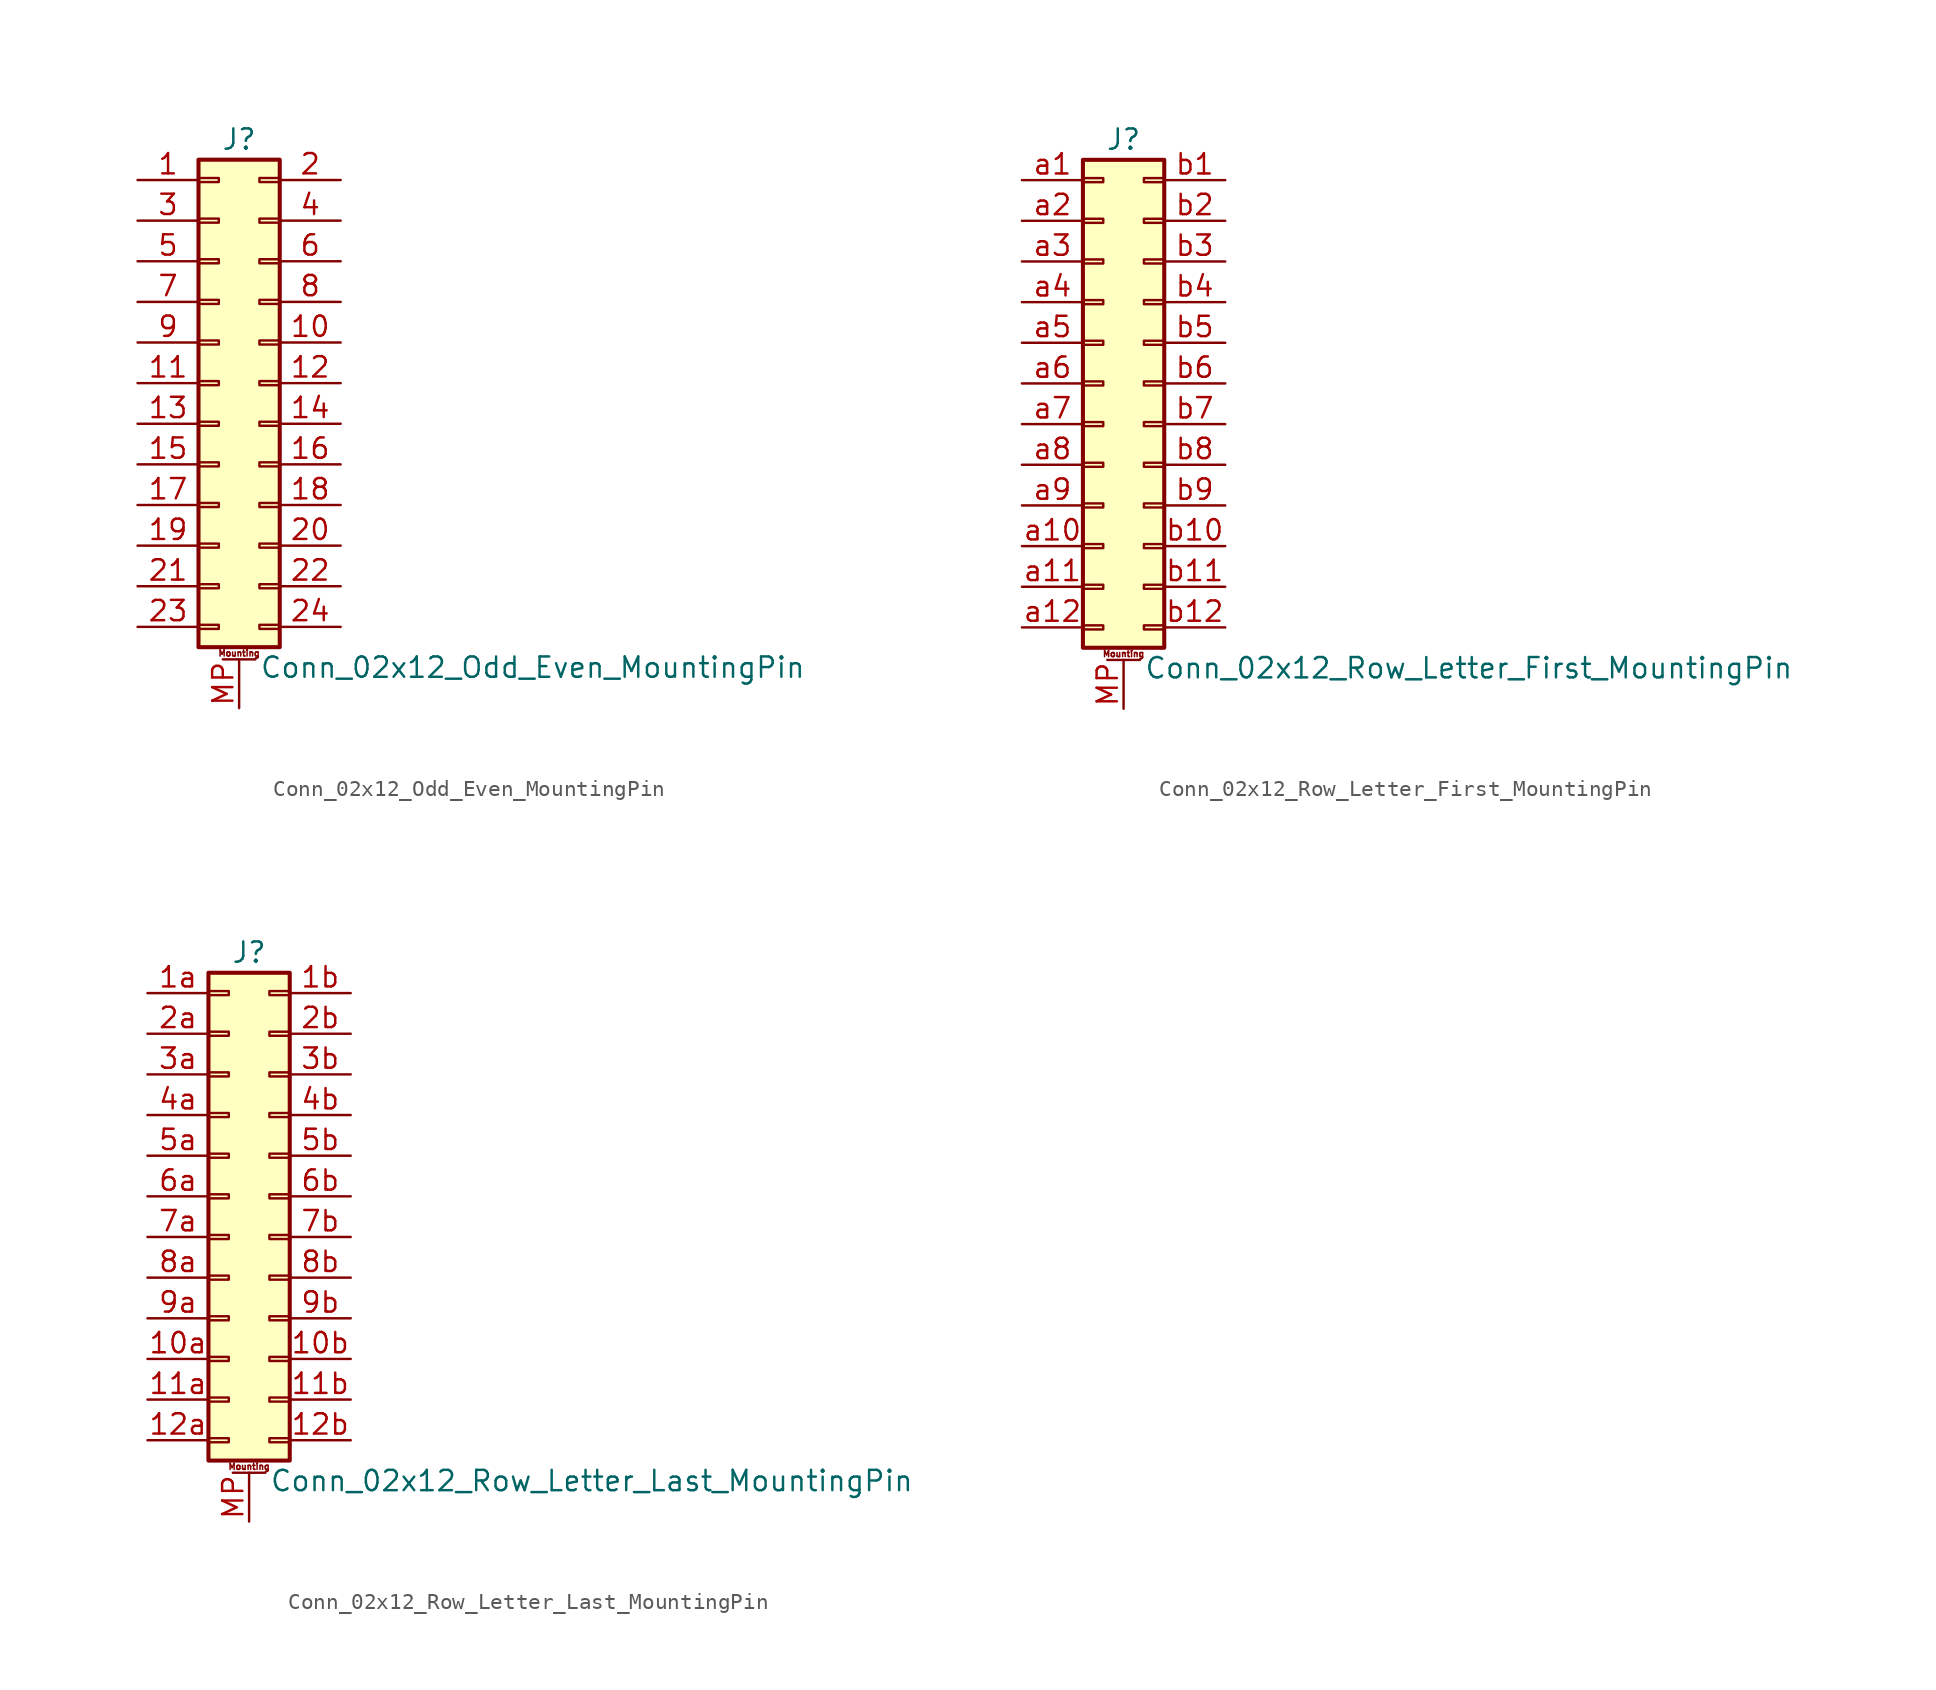
<source format=kicad_sym>
(kicad_symbol_lib
  (version 20201005)
  (generator kicad_symbol_editor)
  (symbol "Connector_Generic_MountingPin:Conn_02x12_Odd_Even_MountingPin"
    (pin_names
      (offset 1.016) hide)
    (property "Reference" "J"
      (at 1.27 15.24 0)
      (effects (font (size 1.27 1.27))))
    (property "Value" "Conn_02x12_Odd_Even_MountingPin"
      (at 2.54 -17.78 0)
      (effects (font (size 1.27 1.27)) (justify left)))
    (symbol "Conn_02x12_Odd_Even_MountingPin_1_1"
      (text "Mounting" (at 1.27 -16.891 0) (effects (font (size 0.381 0.381))))
      (rectangle (start -1.27 -4.953) (end 0 -5.207) (stroke (width 0.152)) (fill (type none)))
      (rectangle (start -1.27 -7.493) (end 0 -7.747) (stroke (width 0.152)) (fill (type none)))
      (rectangle (start -1.27 -10.033) (end 0 -10.287) (stroke (width 0.152)) (fill (type none)))
      (rectangle (start -1.27 -12.573) (end 0 -12.827) (stroke (width 0.152)) (fill (type none)))
      (rectangle (start -1.27 -15.113) (end 0 -15.367) (stroke (width 0.152)) (fill (type none)))
      (rectangle (start -1.27 -2.413) (end 0 -2.667) (stroke (width 0.152)) (fill (type none)))
      (rectangle (start -1.27 2.667) (end 0 2.413) (stroke (width 0.152)) (fill (type none)))
      (rectangle (start -1.27 5.207) (end 0 4.953) (stroke (width 0.152)) (fill (type none)))
      (rectangle (start -1.27 7.747) (end 0 7.493) (stroke (width 0.152)) (fill (type none)))
      (rectangle (start -1.27 10.287) (end 0 10.033) (stroke (width 0.152)) (fill (type none)))
      (rectangle (start -1.27 0.127) (end 0 -0.127) (stroke (width 0.152)) (fill (type none)))
      (rectangle (start -1.27 12.827) (end 0 12.573) (stroke (width 0.152)) (fill (type none)))
      (rectangle (start -1.27 13.97) (end 3.81 -16.51) (stroke (width 0.254)) (fill (type background)))
      (rectangle (start 3.81 -4.953) (end 2.54 -5.207) (stroke (width 0.152)) (fill (type none)))
      (rectangle (start 3.81 -7.493) (end 2.54 -7.747) (stroke (width 0.152)) (fill (type none)))
      (rectangle (start 3.81 -10.033) (end 2.54 -10.287) (stroke (width 0.152)) (fill (type none)))
      (rectangle (start 3.81 -12.573) (end 2.54 -12.827) (stroke (width 0.152)) (fill (type none)))
      (rectangle (start 3.81 -15.113) (end 2.54 -15.367) (stroke (width 0.152)) (fill (type none)))
      (rectangle (start 3.81 -2.413) (end 2.54 -2.667) (stroke (width 0.152)) (fill (type none)))
      (rectangle (start 3.81 2.667) (end 2.54 2.413) (stroke (width 0.152)) (fill (type none)))
      (rectangle (start 3.81 5.207) (end 2.54 4.953) (stroke (width 0.152)) (fill (type none)))
      (rectangle (start 3.81 7.747) (end 2.54 7.493) (stroke (width 0.152)) (fill (type none)))
      (rectangle (start 3.81 10.287) (end 2.54 10.033) (stroke (width 0.152)) (fill (type none)))
      (rectangle (start 3.81 0.127) (end 2.54 -0.127) (stroke (width 0.152)) (fill (type none)))
      (rectangle (start 3.81 12.827) (end 2.54 12.573) (stroke (width 0.152)) (fill (type none)))
      (polyline (pts (xy 0.254 -17.272) (xy 2.286 -17.272)) (stroke (width 0.152)) (fill (type none)))
      (pin passive line (at 1.27 -20.32 90) (length 3.048) (name "MountPin" (effects (font (size 1.27 1.27)))) (number "MP" (effects (font (size 1.27 1.27)))))
      (pin passive line (at -5.08 12.7 0) (length 3.81) (name "Pin_1" (effects (font (size 1.27 1.27)))) (number "1" (effects (font (size 1.27 1.27)))))
      (pin passive line (at 7.62 2.54 180) (length 3.81) (name "Pin_10" (effects (font (size 1.27 1.27)))) (number "10" (effects (font (size 1.27 1.27)))))
      (pin passive line (at -5.08 0 0) (length 3.81) (name "Pin_11" (effects (font (size 1.27 1.27)))) (number "11" (effects (font (size 1.27 1.27)))))
      (pin passive line (at 7.62 0 180) (length 3.81) (name "Pin_12" (effects (font (size 1.27 1.27)))) (number "12" (effects (font (size 1.27 1.27)))))
      (pin passive line (at -5.08 -2.54 0) (length 3.81) (name "Pin_13" (effects (font (size 1.27 1.27)))) (number "13" (effects (font (size 1.27 1.27)))))
      (pin passive line (at 7.62 -2.54 180) (length 3.81) (name "Pin_14" (effects (font (size 1.27 1.27)))) (number "14" (effects (font (size 1.27 1.27)))))
      (pin passive line (at -5.08 -5.08 0) (length 3.81) (name "Pin_15" (effects (font (size 1.27 1.27)))) (number "15" (effects (font (size 1.27 1.27)))))
      (pin passive line (at 7.62 -5.08 180) (length 3.81) (name "Pin_16" (effects (font (size 1.27 1.27)))) (number "16" (effects (font (size 1.27 1.27)))))
      (pin passive line (at -5.08 -7.62 0) (length 3.81) (name "Pin_17" (effects (font (size 1.27 1.27)))) (number "17" (effects (font (size 1.27 1.27)))))
      (pin passive line (at 7.62 -7.62 180) (length 3.81) (name "Pin_18" (effects (font (size 1.27 1.27)))) (number "18" (effects (font (size 1.27 1.27)))))
      (pin passive line (at -5.08 -10.16 0) (length 3.81) (name "Pin_19" (effects (font (size 1.27 1.27)))) (number "19" (effects (font (size 1.27 1.27)))))
      (pin passive line (at 7.62 12.7 180) (length 3.81) (name "Pin_2" (effects (font (size 1.27 1.27)))) (number "2" (effects (font (size 1.27 1.27)))))
      (pin passive line (at 7.62 -10.16 180) (length 3.81) (name "Pin_20" (effects (font (size 1.27 1.27)))) (number "20" (effects (font (size 1.27 1.27)))))
      (pin passive line (at -5.08 -12.7 0) (length 3.81) (name "Pin_21" (effects (font (size 1.27 1.27)))) (number "21" (effects (font (size 1.27 1.27)))))
      (pin passive line (at 7.62 -12.7 180) (length 3.81) (name "Pin_22" (effects (font (size 1.27 1.27)))) (number "22" (effects (font (size 1.27 1.27)))))
      (pin passive line (at -5.08 -15.24 0) (length 3.81) (name "Pin_23" (effects (font (size 1.27 1.27)))) (number "23" (effects (font (size 1.27 1.27)))))
      (pin passive line (at 7.62 -15.24 180) (length 3.81) (name "Pin_24" (effects (font (size 1.27 1.27)))) (number "24" (effects (font (size 1.27 1.27)))))
      (pin passive line (at -5.08 10.16 0) (length 3.81) (name "Pin_3" (effects (font (size 1.27 1.27)))) (number "3" (effects (font (size 1.27 1.27)))))
      (pin passive line (at 7.62 10.16 180) (length 3.81) (name "Pin_4" (effects (font (size 1.27 1.27)))) (number "4" (effects (font (size 1.27 1.27)))))
      (pin passive line (at -5.08 7.62 0) (length 3.81) (name "Pin_5" (effects (font (size 1.27 1.27)))) (number "5" (effects (font (size 1.27 1.27)))))
      (pin passive line (at 7.62 7.62 180) (length 3.81) (name "Pin_6" (effects (font (size 1.27 1.27)))) (number "6" (effects (font (size 1.27 1.27)))))
      (pin passive line (at -5.08 5.08 0) (length 3.81) (name "Pin_7" (effects (font (size 1.27 1.27)))) (number "7" (effects (font (size 1.27 1.27)))))
      (pin passive line (at 7.62 5.08 180) (length 3.81) (name "Pin_8" (effects (font (size 1.27 1.27)))) (number "8" (effects (font (size 1.27 1.27)))))
      (pin passive line (at -5.08 2.54 0) (length 3.81) (name "Pin_9" (effects (font (size 1.27 1.27)))) (number "9" (effects (font (size 1.27 1.27)))))))
  (symbol "Connector_Generic_MountingPin:Conn_02x12_Row_Letter_First_MountingPin"
    (pin_names
      (offset 1.016) hide)
    (property "Reference" "J"
      (at 1.27 15.24 0)
      (effects (font (size 1.27 1.27))))
    (property "Value" "Conn_02x12_Row_Letter_First_MountingPin"
      (at 2.54 -17.78 0)
      (effects (font (size 1.27 1.27)) (justify left)))
    (symbol "Conn_02x12_Row_Letter_First_MountingPin_1_1"
      (text "Mounting" (at 1.27 -16.891 0) (effects (font (size 0.381 0.381))))
      (rectangle (start -1.27 -4.953) (end 0 -5.207) (stroke (width 0.152)) (fill (type none)))
      (rectangle (start -1.27 -7.493) (end 0 -7.747) (stroke (width 0.152)) (fill (type none)))
      (rectangle (start -1.27 -10.033) (end 0 -10.287) (stroke (width 0.152)) (fill (type none)))
      (rectangle (start -1.27 -12.573) (end 0 -12.827) (stroke (width 0.152)) (fill (type none)))
      (rectangle (start -1.27 -15.113) (end 0 -15.367) (stroke (width 0.152)) (fill (type none)))
      (rectangle (start -1.27 -2.413) (end 0 -2.667) (stroke (width 0.152)) (fill (type none)))
      (rectangle (start -1.27 2.667) (end 0 2.413) (stroke (width 0.152)) (fill (type none)))
      (rectangle (start -1.27 5.207) (end 0 4.953) (stroke (width 0.152)) (fill (type none)))
      (rectangle (start -1.27 7.747) (end 0 7.493) (stroke (width 0.152)) (fill (type none)))
      (rectangle (start -1.27 10.287) (end 0 10.033) (stroke (width 0.152)) (fill (type none)))
      (rectangle (start -1.27 0.127) (end 0 -0.127) (stroke (width 0.152)) (fill (type none)))
      (rectangle (start -1.27 12.827) (end 0 12.573) (stroke (width 0.152)) (fill (type none)))
      (rectangle (start -1.27 13.97) (end 3.81 -16.51) (stroke (width 0.254)) (fill (type background)))
      (rectangle (start 3.81 -4.953) (end 2.54 -5.207) (stroke (width 0.152)) (fill (type none)))
      (rectangle (start 3.81 -7.493) (end 2.54 -7.747) (stroke (width 0.152)) (fill (type none)))
      (rectangle (start 3.81 -10.033) (end 2.54 -10.287) (stroke (width 0.152)) (fill (type none)))
      (rectangle (start 3.81 -12.573) (end 2.54 -12.827) (stroke (width 0.152)) (fill (type none)))
      (rectangle (start 3.81 -15.113) (end 2.54 -15.367) (stroke (width 0.152)) (fill (type none)))
      (rectangle (start 3.81 -2.413) (end 2.54 -2.667) (stroke (width 0.152)) (fill (type none)))
      (rectangle (start 3.81 2.667) (end 2.54 2.413) (stroke (width 0.152)) (fill (type none)))
      (rectangle (start 3.81 5.207) (end 2.54 4.953) (stroke (width 0.152)) (fill (type none)))
      (rectangle (start 3.81 7.747) (end 2.54 7.493) (stroke (width 0.152)) (fill (type none)))
      (rectangle (start 3.81 10.287) (end 2.54 10.033) (stroke (width 0.152)) (fill (type none)))
      (rectangle (start 3.81 0.127) (end 2.54 -0.127) (stroke (width 0.152)) (fill (type none)))
      (rectangle (start 3.81 12.827) (end 2.54 12.573) (stroke (width 0.152)) (fill (type none)))
      (polyline (pts (xy 0.254 -17.272) (xy 2.286 -17.272)) (stroke (width 0.152)) (fill (type none)))
      (pin passive line (at 1.27 -20.32 90) (length 3.048) (name "MountPin" (effects (font (size 1.27 1.27)))) (number "MP" (effects (font (size 1.27 1.27)))))
      (pin passive line (at -5.08 12.7 0) (length 3.81) (name "Pin_a1" (effects (font (size 1.27 1.27)))) (number "a1" (effects (font (size 1.27 1.27)))))
      (pin passive line (at -5.08 -10.16 0) (length 3.81) (name "Pin_a10" (effects (font (size 1.27 1.27)))) (number "a10" (effects (font (size 1.27 1.27)))))
      (pin passive line (at -5.08 -12.7 0) (length 3.81) (name "Pin_a11" (effects (font (size 1.27 1.27)))) (number "a11" (effects (font (size 1.27 1.27)))))
      (pin passive line (at -5.08 -15.24 0) (length 3.81) (name "Pin_a12" (effects (font (size 1.27 1.27)))) (number "a12" (effects (font (size 1.27 1.27)))))
      (pin passive line (at -5.08 10.16 0) (length 3.81) (name "Pin_a2" (effects (font (size 1.27 1.27)))) (number "a2" (effects (font (size 1.27 1.27)))))
      (pin passive line (at -5.08 7.62 0) (length 3.81) (name "Pin_a3" (effects (font (size 1.27 1.27)))) (number "a3" (effects (font (size 1.27 1.27)))))
      (pin passive line (at -5.08 5.08 0) (length 3.81) (name "Pin_a4" (effects (font (size 1.27 1.27)))) (number "a4" (effects (font (size 1.27 1.27)))))
      (pin passive line (at -5.08 2.54 0) (length 3.81) (name "Pin_a5" (effects (font (size 1.27 1.27)))) (number "a5" (effects (font (size 1.27 1.27)))))
      (pin passive line (at -5.08 0 0) (length 3.81) (name "Pin_a6" (effects (font (size 1.27 1.27)))) (number "a6" (effects (font (size 1.27 1.27)))))
      (pin passive line (at -5.08 -2.54 0) (length 3.81) (name "Pin_a7" (effects (font (size 1.27 1.27)))) (number "a7" (effects (font (size 1.27 1.27)))))
      (pin passive line (at -5.08 -5.08 0) (length 3.81) (name "Pin_a8" (effects (font (size 1.27 1.27)))) (number "a8" (effects (font (size 1.27 1.27)))))
      (pin passive line (at -5.08 -7.62 0) (length 3.81) (name "Pin_a9" (effects (font (size 1.27 1.27)))) (number "a9" (effects (font (size 1.27 1.27)))))
      (pin passive line (at 7.62 12.7 180) (length 3.81) (name "Pin_b1" (effects (font (size 1.27 1.27)))) (number "b1" (effects (font (size 1.27 1.27)))))
      (pin passive line (at 7.62 -10.16 180) (length 3.81) (name "Pin_b10" (effects (font (size 1.27 1.27)))) (number "b10" (effects (font (size 1.27 1.27)))))
      (pin passive line (at 7.62 -12.7 180) (length 3.81) (name "Pin_b11" (effects (font (size 1.27 1.27)))) (number "b11" (effects (font (size 1.27 1.27)))))
      (pin passive line (at 7.62 -15.24 180) (length 3.81) (name "Pin_b12" (effects (font (size 1.27 1.27)))) (number "b12" (effects (font (size 1.27 1.27)))))
      (pin passive line (at 7.62 10.16 180) (length 3.81) (name "Pin_b2" (effects (font (size 1.27 1.27)))) (number "b2" (effects (font (size 1.27 1.27)))))
      (pin passive line (at 7.62 7.62 180) (length 3.81) (name "Pin_b3" (effects (font (size 1.27 1.27)))) (number "b3" (effects (font (size 1.27 1.27)))))
      (pin passive line (at 7.62 5.08 180) (length 3.81) (name "Pin_b4" (effects (font (size 1.27 1.27)))) (number "b4" (effects (font (size 1.27 1.27)))))
      (pin passive line (at 7.62 2.54 180) (length 3.81) (name "Pin_b5" (effects (font (size 1.27 1.27)))) (number "b5" (effects (font (size 1.27 1.27)))))
      (pin passive line (at 7.62 0 180) (length 3.81) (name "Pin_b6" (effects (font (size 1.27 1.27)))) (number "b6" (effects (font (size 1.27 1.27)))))
      (pin passive line (at 7.62 -2.54 180) (length 3.81) (name "Pin_b7" (effects (font (size 1.27 1.27)))) (number "b7" (effects (font (size 1.27 1.27)))))
      (pin passive line (at 7.62 -5.08 180) (length 3.81) (name "Pin_b8" (effects (font (size 1.27 1.27)))) (number "b8" (effects (font (size 1.27 1.27)))))
      (pin passive line (at 7.62 -7.62 180) (length 3.81) (name "Pin_b9" (effects (font (size 1.27 1.27)))) (number "b9" (effects (font (size 1.27 1.27)))))))
  (symbol "Connector_Generic_MountingPin:Conn_02x12_Row_Letter_Last_MountingPin"
    (pin_names
      (offset 1.016) hide)
    (property "Reference" "J"
      (at 1.27 15.24 0)
      (effects (font (size 1.27 1.27))))
    (property "Value" "Conn_02x12_Row_Letter_Last_MountingPin"
      (at 2.54 -17.78 0)
      (effects (font (size 1.27 1.27)) (justify left)))
    (symbol "Conn_02x12_Row_Letter_Last_MountingPin_1_1"
      (text "Mounting" (at 1.27 -16.891 0) (effects (font (size 0.381 0.381))))
      (rectangle (start -1.27 -4.953) (end 0 -5.207) (stroke (width 0.152)) (fill (type none)))
      (rectangle (start -1.27 -7.493) (end 0 -7.747) (stroke (width 0.152)) (fill (type none)))
      (rectangle (start -1.27 -10.033) (end 0 -10.287) (stroke (width 0.152)) (fill (type none)))
      (rectangle (start -1.27 -12.573) (end 0 -12.827) (stroke (width 0.152)) (fill (type none)))
      (rectangle (start -1.27 -15.113) (end 0 -15.367) (stroke (width 0.152)) (fill (type none)))
      (rectangle (start -1.27 -2.413) (end 0 -2.667) (stroke (width 0.152)) (fill (type none)))
      (rectangle (start -1.27 2.667) (end 0 2.413) (stroke (width 0.152)) (fill (type none)))
      (rectangle (start -1.27 5.207) (end 0 4.953) (stroke (width 0.152)) (fill (type none)))
      (rectangle (start -1.27 7.747) (end 0 7.493) (stroke (width 0.152)) (fill (type none)))
      (rectangle (start -1.27 10.287) (end 0 10.033) (stroke (width 0.152)) (fill (type none)))
      (rectangle (start -1.27 0.127) (end 0 -0.127) (stroke (width 0.152)) (fill (type none)))
      (rectangle (start -1.27 12.827) (end 0 12.573) (stroke (width 0.152)) (fill (type none)))
      (rectangle (start -1.27 13.97) (end 3.81 -16.51) (stroke (width 0.254)) (fill (type background)))
      (rectangle (start 3.81 -4.953) (end 2.54 -5.207) (stroke (width 0.152)) (fill (type none)))
      (rectangle (start 3.81 -7.493) (end 2.54 -7.747) (stroke (width 0.152)) (fill (type none)))
      (rectangle (start 3.81 -10.033) (end 2.54 -10.287) (stroke (width 0.152)) (fill (type none)))
      (rectangle (start 3.81 -12.573) (end 2.54 -12.827) (stroke (width 0.152)) (fill (type none)))
      (rectangle (start 3.81 -15.113) (end 2.54 -15.367) (stroke (width 0.152)) (fill (type none)))
      (rectangle (start 3.81 -2.413) (end 2.54 -2.667) (stroke (width 0.152)) (fill (type none)))
      (rectangle (start 3.81 2.667) (end 2.54 2.413) (stroke (width 0.152)) (fill (type none)))
      (rectangle (start 3.81 5.207) (end 2.54 4.953) (stroke (width 0.152)) (fill (type none)))
      (rectangle (start 3.81 7.747) (end 2.54 7.493) (stroke (width 0.152)) (fill (type none)))
      (rectangle (start 3.81 10.287) (end 2.54 10.033) (stroke (width 0.152)) (fill (type none)))
      (rectangle (start 3.81 0.127) (end 2.54 -0.127) (stroke (width 0.152)) (fill (type none)))
      (rectangle (start 3.81 12.827) (end 2.54 12.573) (stroke (width 0.152)) (fill (type none)))
      (polyline (pts (xy 0.254 -17.272) (xy 2.286 -17.272)) (stroke (width 0.152)) (fill (type none)))
      (pin passive line (at 1.27 -20.32 90) (length 3.048) (name "MountPin" (effects (font (size 1.27 1.27)))) (number "MP" (effects (font (size 1.27 1.27)))))
      (pin passive line (at -5.08 -10.16 0) (length 3.81) (name "Pin_10a" (effects (font (size 1.27 1.27)))) (number "10a" (effects (font (size 1.27 1.27)))))
      (pin passive line (at 7.62 -10.16 180) (length 3.81) (name "Pin_10b" (effects (font (size 1.27 1.27)))) (number "10b" (effects (font (size 1.27 1.27)))))
      (pin passive line (at -5.08 -12.7 0) (length 3.81) (name "Pin_11a" (effects (font (size 1.27 1.27)))) (number "11a" (effects (font (size 1.27 1.27)))))
      (pin passive line (at 7.62 -12.7 180) (length 3.81) (name "Pin_11b" (effects (font (size 1.27 1.27)))) (number "11b" (effects (font (size 1.27 1.27)))))
      (pin passive line (at -5.08 -15.24 0) (length 3.81) (name "Pin_12a" (effects (font (size 1.27 1.27)))) (number "12a" (effects (font (size 1.27 1.27)))))
      (pin passive line (at 7.62 -15.24 180) (length 3.81) (name "Pin_12b" (effects (font (size 1.27 1.27)))) (number "12b" (effects (font (size 1.27 1.27)))))
      (pin passive line (at -5.08 12.7 0) (length 3.81) (name "Pin_1a" (effects (font (size 1.27 1.27)))) (number "1a" (effects (font (size 1.27 1.27)))))
      (pin passive line (at 7.62 12.7 180) (length 3.81) (name "Pin_1b" (effects (font (size 1.27 1.27)))) (number "1b" (effects (font (size 1.27 1.27)))))
      (pin passive line (at -5.08 10.16 0) (length 3.81) (name "Pin_2a" (effects (font (size 1.27 1.27)))) (number "2a" (effects (font (size 1.27 1.27)))))
      (pin passive line (at 7.62 10.16 180) (length 3.81) (name "Pin_2b" (effects (font (size 1.27 1.27)))) (number "2b" (effects (font (size 1.27 1.27)))))
      (pin passive line (at -5.08 7.62 0) (length 3.81) (name "Pin_3a" (effects (font (size 1.27 1.27)))) (number "3a" (effects (font (size 1.27 1.27)))))
      (pin passive line (at 7.62 7.62 180) (length 3.81) (name "Pin_3b" (effects (font (size 1.27 1.27)))) (number "3b" (effects (font (size 1.27 1.27)))))
      (pin passive line (at -5.08 5.08 0) (length 3.81) (name "Pin_4a" (effects (font (size 1.27 1.27)))) (number "4a" (effects (font (size 1.27 1.27)))))
      (pin passive line (at 7.62 5.08 180) (length 3.81) (name "Pin_4b" (effects (font (size 1.27 1.27)))) (number "4b" (effects (font (size 1.27 1.27)))))
      (pin passive line (at -5.08 2.54 0) (length 3.81) (name "Pin_5a" (effects (font (size 1.27 1.27)))) (number "5a" (effects (font (size 1.27 1.27)))))
      (pin passive line (at 7.62 2.54 180) (length 3.81) (name "Pin_5b" (effects (font (size 1.27 1.27)))) (number "5b" (effects (font (size 1.27 1.27)))))
      (pin passive line (at -5.08 0 0) (length 3.81) (name "Pin_6a" (effects (font (size 1.27 1.27)))) (number "6a" (effects (font (size 1.27 1.27)))))
      (pin passive line (at 7.62 0 180) (length 3.81) (name "Pin_6b" (effects (font (size 1.27 1.27)))) (number "6b" (effects (font (size 1.27 1.27)))))
      (pin passive line (at -5.08 -2.54 0) (length 3.81) (name "Pin_7a" (effects (font (size 1.27 1.27)))) (number "7a" (effects (font (size 1.27 1.27)))))
      (pin passive line (at 7.62 -2.54 180) (length 3.81) (name "Pin_7b" (effects (font (size 1.27 1.27)))) (number "7b" (effects (font (size 1.27 1.27)))))
      (pin passive line (at -5.08 -5.08 0) (length 3.81) (name "Pin_8a" (effects (font (size 1.27 1.27)))) (number "8a" (effects (font (size 1.27 1.27)))))
      (pin passive line (at 7.62 -5.08 180) (length 3.81) (name "Pin_8b" (effects (font (size 1.27 1.27)))) (number "8b" (effects (font (size 1.27 1.27)))))
      (pin passive line (at -5.08 -7.62 0) (length 3.81) (name "Pin_9a" (effects (font (size 1.27 1.27)))) (number "9a" (effects (font (size 1.27 1.27)))))
      (pin passive line (at 7.62 -7.62 180) (length 3.81) (name "Pin_9b" (effects (font (size 1.27 1.27)))) (number "9b" (effects (font (size 1.27 1.27))))))))
</source>
